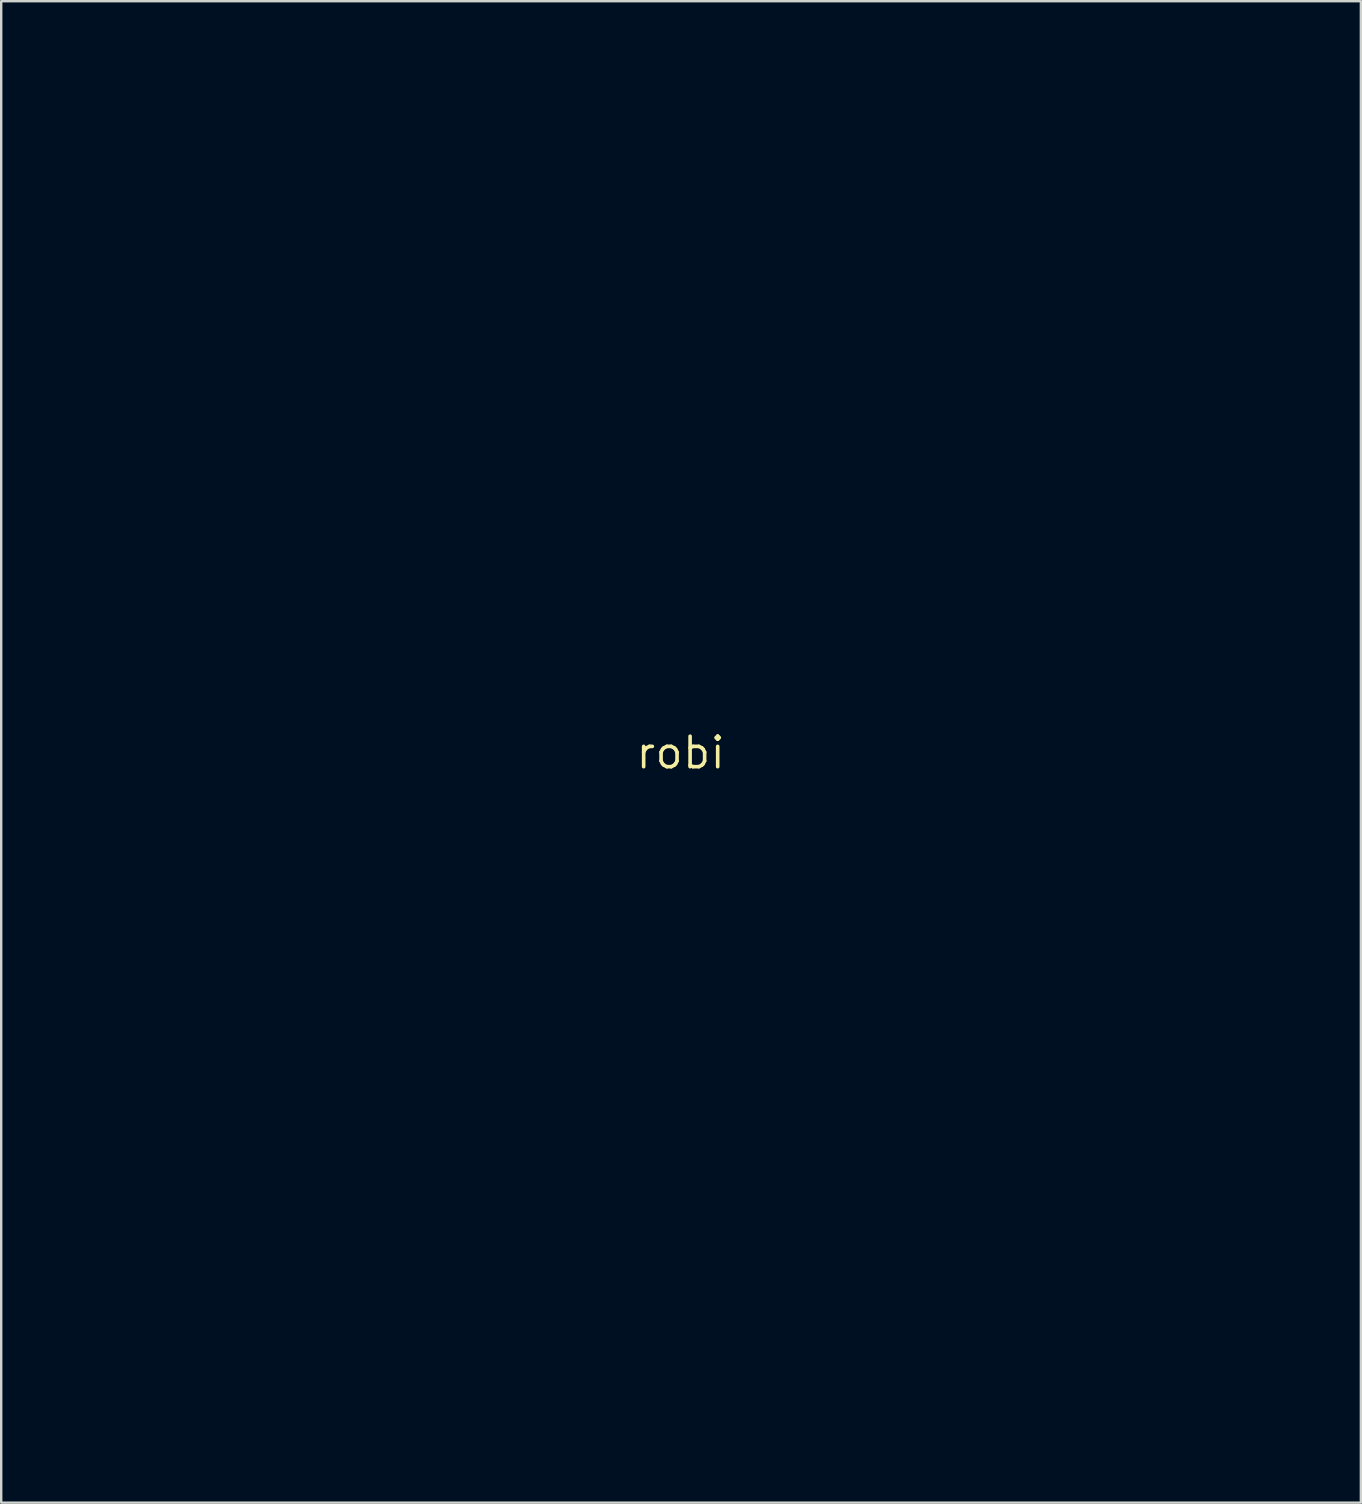
<source format=kicad_pcb>
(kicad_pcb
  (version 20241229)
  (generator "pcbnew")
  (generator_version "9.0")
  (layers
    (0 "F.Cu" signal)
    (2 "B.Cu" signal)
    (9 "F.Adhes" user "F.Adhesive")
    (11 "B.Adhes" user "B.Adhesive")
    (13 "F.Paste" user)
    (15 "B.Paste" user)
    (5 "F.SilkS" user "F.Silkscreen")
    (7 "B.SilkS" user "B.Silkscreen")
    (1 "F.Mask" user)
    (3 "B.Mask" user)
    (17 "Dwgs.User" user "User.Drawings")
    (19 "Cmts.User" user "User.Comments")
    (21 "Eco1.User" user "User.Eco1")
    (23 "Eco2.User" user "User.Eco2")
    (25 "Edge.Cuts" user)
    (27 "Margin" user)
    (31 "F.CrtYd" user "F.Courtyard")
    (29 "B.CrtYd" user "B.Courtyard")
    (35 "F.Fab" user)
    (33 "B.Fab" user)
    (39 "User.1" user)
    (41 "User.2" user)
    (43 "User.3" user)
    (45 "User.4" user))
  (footprint "robi"
    (layer "F.Cu")
    (at 25.308 28.312)
    (property "Reference" "robi" (at 0 0 0) (layer "F.SilkS") (effects (font (size 1.27 1.27) (thickness 0.15))))
    (attr through_hole)
    (fp_poly (pts (xy -3.675 -9.575) (xy -3.667 -9.493) (xy -3.662 -9.41) (xy -3.662 -9.392) (xy -3.656 -9.291) (xy -3.64 -9.16) (xy -3.615 -9.011) (xy -3.584 -8.855) (xy -3.548 -8.703) (xy -3.524 -8.614) (xy -3.396 -8.243) (xy -3.23 -7.89) (xy -3.031 -7.558) (xy -2.8 -7.249) (xy -2.539 -6.965) (xy -2.251 -6.709) (xy -1.938 -6.483) (xy -1.602 -6.289) (xy -1.247 -6.129) (xy -0.874 -6.005) (xy -0.697 -5.961) (xy -0.302 -5.894) (xy 0.092 -5.869) (xy 0.483 -5.886) (xy 0.871 -5.945) (xy 1.252 -6.045) (xy 1.628 -6.188) (xy 1.75 -6.244) (xy 2.1 -6.432) (xy 2.42 -6.649) (xy 2.712 -6.895) (xy 2.979 -7.174) (xy 3.225 -7.488) (xy 3.307 -7.609) (xy 3.465 -7.876) (xy 3.603 -8.169) (xy 3.72 -8.477) (xy 3.812 -8.793) (xy 3.877 -9.107) (xy 3.911 -9.41) (xy 3.916 -9.562) (xy 3.916 -9.673) (xy 5.256 -9.673) (xy 5.243 -9.403) (xy 5.2 -8.948) (xy 5.118 -8.503) (xy 4.997 -8.07) (xy 4.839 -7.652) (xy 4.646 -7.251) (xy 4.42 -6.87) (xy 4.162 -6.509) (xy 3.873 -6.171) (xy 3.556 -5.859) (xy 3.212 -5.574) (xy 2.841 -5.318) (xy 2.447 -5.094) (xy 2.031 -4.904) (xy 1.775 -4.808) (xy 1.453 -4.711) (xy 1.113 -4.63) (xy 0.847 -4.583) (xy 0.757 -4.573) (xy 0.64 -4.563) (xy 0.502 -4.554) (xy 0.353 -4.547) (xy 0.203 -4.541) (xy 0.06 -4.537) (xy -0.067 -4.536) (xy -0.169 -4.538) (xy -0.233 -4.542) (xy -0.287 -4.548) (xy -0.369 -4.558) (xy -0.465 -4.569) (xy -0.508 -4.574) (xy -0.95 -4.645) (xy -1.382 -4.756) (xy -1.802 -4.906) (xy -2.206 -5.091) (xy -2.593 -5.312) (xy -2.96 -5.565) (xy -3.304 -5.85) (xy -3.624 -6.164) (xy -3.917 -6.506) (xy -4.179 -6.874) (xy -4.41 -7.267) (xy -4.477 -7.398) (xy -4.652 -7.791) (xy -4.791 -8.19) (xy -4.896 -8.601) (xy -4.968 -9.031) (xy -5.007 -9.446) (xy -5.022 -9.673) (xy -3.689 -9.673) (xy -3.675 -9.575)) (stroke (width 0.01) (type solid)) (fill yes) (layer "F.Mask"))
    (fp_poly (pts (xy -7.881 -28.305) (xy -7.666 -28.298) (xy -7.47 -28.287) (xy -7.306 -28.271) (xy -7.303 -28.271) (xy -6.757 -28.183) (xy -6.226 -28.055) (xy -5.71 -27.889) (xy -5.212 -27.685) (xy -4.733 -27.443) (xy -4.274 -27.165) (xy -3.836 -26.85) (xy -3.42 -26.5) (xy -3.175 -26.267) (xy -2.811 -25.874) (xy -2.479 -25.454) (xy -2.18 -25.01) (xy -1.915 -24.544) (xy -1.687 -24.061) (xy -1.497 -23.561) (xy -1.345 -23.049) (xy -1.315 -22.923) (xy -1.263 -22.678) (xy -1.219 -22.42) (xy -1.184 -22.16) (xy -1.158 -21.91) (xy -1.145 -21.682) (xy -1.143 -21.575) (xy -1.143 -21.378) (xy -0.841 -21.394) (xy -0.712 -21.399) (xy -0.548 -21.404) (xy -0.36 -21.407) (xy -0.153 -21.409) (xy 0.063 -21.41) (xy 0.281 -21.409) (xy 0.493 -21.408) (xy 0.691 -21.405) (xy 0.867 -21.402) (xy 1.013 -21.397) (xy 1.082 -21.394) (xy 1.371 -21.378) (xy 1.385 -21.584) (xy 1.415 -21.947) (xy 1.456 -22.279) (xy 1.509 -22.593) (xy 1.576 -22.899) (xy 1.59 -22.955) (xy 1.741 -23.47) (xy 1.93 -23.968) (xy 2.157 -24.449) (xy 2.418 -24.91) (xy 2.713 -25.35) (xy 3.041 -25.765) (xy 3.399 -26.156) (xy 3.786 -26.518) (xy 4.2 -26.852) (xy 4.641 -27.153) (xy 5.106 -27.422) (xy 5.234 -27.488) (xy 5.725 -27.712) (xy 6.225 -27.895) (xy 6.736 -28.038) (xy 7.26 -28.142) (xy 7.673 -28.196) (xy 7.839 -28.208) (xy 8.035 -28.216) (xy 8.251 -28.22) (xy 8.474 -28.219) (xy 8.694 -28.214) (xy 8.898 -28.204) (xy 9.077 -28.191) (xy 9.133 -28.184) (xy 9.678 -28.1) (xy 10.207 -27.976) (xy 10.721 -27.813) (xy 11.218 -27.611) (xy 11.697 -27.371) (xy 12.157 -27.094) (xy 12.597 -26.78) (xy 13.015 -26.429) (xy 13.274 -26.184) (xy 13.64 -25.791) (xy 13.97 -25.377) (xy 14.265 -24.945) (xy 14.523 -24.497) (xy 14.745 -24.036) (xy 14.932 -23.562) (xy 15.082 -23.079) (xy 15.197 -22.588) (xy 15.275 -22.091) (xy 15.317 -21.591) (xy 15.324 -21.089) (xy 15.294 -20.589) (xy 15.228 -20.09) (xy 15.127 -19.597) (xy 14.989 -19.111) (xy 14.815 -18.634) (xy 14.606 -18.168) (xy 14.36 -17.715) (xy 14.078 -17.277) (xy 13.76 -16.857) (xy 13.406 -16.456) (xy 13.293 -16.34) (xy 13.1 -16.153) (xy 12.9 -15.972) (xy 12.702 -15.804) (xy 12.516 -15.659) (xy 12.454 -15.613) (xy 12.345 -15.536) (xy 12.634 -15.15) (xy 13.083 -14.518) (xy 13.495 -13.878) (xy 13.87 -13.223) (xy 14.214 -12.547) (xy 14.53 -11.846) (xy 14.653 -11.546) (xy 14.734 -11.336) (xy 14.821 -11.094) (xy 14.91 -10.833) (xy 14.999 -10.563) (xy 15.084 -10.294) (xy 15.16 -10.038) (xy 15.226 -9.805) (xy 15.246 -9.726) (xy 15.361 -9.282) (xy 16.201 -9.276) (xy 16.412 -9.275) (xy 16.585 -9.274) (xy 16.722 -9.274) (xy 16.829 -9.275) (xy 16.908 -9.276) (xy 16.964 -9.279) (xy 17.001 -9.283) (xy 17.022 -9.289) (xy 17.031 -9.296) (xy 17.032 -9.305) (xy 17.031 -9.308) (xy 16.954 -9.643) (xy 16.928 -9.874) (xy 18.256 -9.874) (xy 19.544 -4.699) (xy 19.658 -4.239) (xy 19.77 -3.79) (xy 19.88 -3.352) (xy 19.985 -2.928) (xy 20.087 -2.519) (xy 20.185 -2.128) (xy 20.278 -1.755) (xy 20.367 -1.403) (xy 20.449 -1.074) (xy 20.526 -0.769) (xy 20.596 -0.49) (xy 20.659 -0.24) (xy 20.715 -0.018) (xy 20.763 0.171) (xy 20.803 0.328) (xy 20.834 0.449) (xy 20.856 0.534) (xy 20.868 0.58) (xy 20.87 0.587) (xy 20.953 0.767) (xy 21.069 0.942) (xy 21.213 1.105) (xy 21.376 1.244) (xy 21.439 1.288) (xy 21.631 1.394) (xy 21.828 1.467) (xy 22.034 1.507) (xy 22.254 1.515) (xy 22.494 1.49) (xy 22.758 1.434) (xy 22.775 1.43) (xy 22.991 1.366) (xy 23.173 1.295) (xy 23.329 1.215) (xy 23.465 1.121) (xy 23.478 1.111) (xy 23.627 0.967) (xy 23.76 0.793) (xy 23.869 0.599) (xy 23.948 0.396) (xy 23.973 0.296) (xy 23.981 0.262) (xy 23.988 0.232) (xy 23.994 0.203) (xy 23.999 0.174) (xy 24.003 0.143) (xy 24.005 0.108) (xy 24.005 0.069) (xy 24.002 0.024) (xy 23.997 -0.03) (xy 23.988 -0.093) (xy 23.976 -0.167) (xy 23.96 -0.253) (xy 23.94 -0.354) (xy 23.916 -0.47) (xy 23.887 -0.603) (xy 23.852 -0.755) (xy 23.812 -0.927) (xy 23.766 -1.121) (xy 23.714 -1.338) (xy 23.656 -1.58) (xy 23.59 -1.848) (xy 23.518 -2.144) (xy 23.438 -2.47) (xy 23.349 -2.826) (xy 23.253 -3.215) (xy 23.148 -3.638) (xy 23.034 -4.097) (xy 22.911 -4.592) (xy 22.778 -5.126) (xy 22.693 -5.472) (xy 22.551 -6.04) (xy 22.42 -6.569) (xy 22.298 -7.059) (xy 22.185 -7.512) (xy 22.081 -7.929) (xy 21.985 -8.312) (xy 21.897 -8.662) (xy 21.817 -8.98) (xy 21.745 -9.267) (xy 21.679 -9.525) (xy 21.621 -9.756) (xy 21.568 -9.96) (xy 21.522 -10.139) (xy 21.482 -10.294) (xy 21.447 -10.426) (xy 21.416 -10.538) (xy 21.391 -10.629) (xy 21.37 -10.702) (xy 21.353 -10.758) (xy 21.34 -10.798) (xy 21.329 -10.824) (xy 21.328 -10.827) (xy 21.209 -11.033) (xy 21.064 -11.213) (xy 20.92 -11.343) (xy 20.733 -11.47) (xy 20.542 -11.562) (xy 20.343 -11.62) (xy 20.13 -11.645) (xy 19.9 -11.637) (xy 19.647 -11.598) (xy 19.516 -11.568) (xy 19.329 -11.517) (xy 19.166 -11.462) (xy 19.036 -11.407) (xy 19.035 -11.407) (xy 18.837 -11.285) (xy 18.659 -11.13) (xy 18.508 -10.946) (xy 18.385 -10.737) (xy 18.322 -10.586) (xy 18.294 -10.504) (xy 18.276 -10.435) (xy 18.264 -10.367) (xy 18.259 -10.287) (xy 18.257 -10.182) (xy 18.257 -10.139) (xy 18.256 -9.874) (xy 16.928 -9.874) (xy 16.917 -9.981) (xy 16.919 -10.318) (xy 16.962 -10.65) (xy 17.043 -10.974) (xy 17.163 -11.286) (xy 17.288 -11.527) (xy 17.478 -11.811) (xy 17.699 -12.066) (xy 17.95 -12.292) (xy 18.23 -12.487) (xy 18.469 -12.618) (xy 18.572 -12.667) (xy 18.667 -12.708) (xy 18.764 -12.743) (xy 18.874 -12.778) (xy 19.006 -12.814) (xy 19.138 -12.848) (xy 19.397 -12.909) (xy 19.626 -12.952) (xy 19.832 -12.979) (xy 20.025 -12.99) (xy 20.212 -12.985) (xy 20.402 -12.965) (xy 20.6 -12.931) (xy 20.919 -12.846) (xy 21.223 -12.723) (xy 21.51 -12.565) (xy 21.777 -12.375) (xy 22.019 -12.155) (xy 22.234 -11.909) (xy 22.418 -11.638) (xy 22.568 -11.347) (xy 22.63 -11.194) (xy 22.641 -11.157) (xy 22.661 -11.081) (xy 22.691 -10.968) (xy 22.729 -10.821) (xy 22.776 -10.641) (xy 22.829 -10.431) (xy 22.89 -10.192) (xy 22.957 -9.927) (xy 23.03 -9.638) (xy 23.108 -9.327) (xy 23.191 -8.997) (xy 23.278 -8.648) (xy 23.369 -8.285) (xy 23.464 -7.907) (xy 23.561 -7.519) (xy 23.66 -7.122) (xy 23.76 -6.717) (xy 23.862 -6.308) (xy 23.965 -5.896) (xy 24.067 -5.483) (xy 24.169 -5.072) (xy 24.27 -4.665) (xy 24.37 -4.263) (xy 24.467 -3.87) (xy 24.562 -3.487) (xy 24.653 -3.115) (xy 24.741 -2.758) (xy 24.825 -2.418) (xy 24.904 -2.096) (xy 24.978 -1.795) (xy 25.046 -1.517) (xy 25.107 -1.264) (xy 25.162 -1.039) (xy 25.209 -0.842) (xy 25.249 -0.677) (xy 25.28 -0.545) (xy 25.302 -0.449) (xy 25.315 -0.391) (xy 25.317 -0.378) (xy 25.329 -0.25) (xy 25.334 -0.095) (xy 25.332 0.074) (xy 25.323 0.244) (xy 25.309 0.405) (xy 25.289 0.542) (xy 25.276 0.603) (xy 25.171 0.944) (xy 25.031 1.261) (xy 24.859 1.553) (xy 24.653 1.818) (xy 24.416 2.056) (xy 24.149 2.266) (xy 23.866 2.438) (xy 23.655 2.551) (xy 23.09 5.175) (xy 23.02 5.502) (xy 22.952 5.819) (xy 22.886 6.122) (xy 22.825 6.408) (xy 22.767 6.677) (xy 22.714 6.924) (xy 22.666 7.148) (xy 22.623 7.346) (xy 22.587 7.515) (xy 22.557 7.654) (xy 22.535 7.758) (xy 22.52 7.826) (xy 22.514 7.856) (xy 22.513 7.856) (xy 22.511 7.885) (xy 22.522 7.911) (xy 22.551 7.942) (xy 22.606 7.983) (xy 22.665 8.024) (xy 22.982 8.263) (xy 23.273 8.533) (xy 23.533 8.83) (xy 23.634 8.964) (xy 23.721 9.096) (xy 23.814 9.255) (xy 23.907 9.43) (xy 23.994 9.609) (xy 24.068 9.78) (xy 24.125 9.929) (xy 24.13 9.945) (xy 24.232 10.329) (xy 24.292 10.718) (xy 24.311 11.11) (xy 24.289 11.501) (xy 24.226 11.888) (xy 24.129 12.246) (xy 23.99 12.607) (xy 23.816 12.948) (xy 23.61 13.266) (xy 23.375 13.56) (xy 23.112 13.827) (xy 22.824 14.066) (xy 22.515 14.275) (xy 22.186 14.451) (xy 21.84 14.593) (xy 21.48 14.699) (xy 21.108 14.766) (xy 20.854 14.788) (xy 20.595 14.802) (xy 20.595 13.462) (xy 20.721 13.462) (xy 20.837 13.455) (xy 20.977 13.435) (xy 21.127 13.406) (xy 21.273 13.369) (xy 21.399 13.329) (xy 21.41 13.325) (xy 21.706 13.192) (xy 21.976 13.026) (xy 22.218 12.831) (xy 22.43 12.608) (xy 22.61 12.36) (xy 22.756 12.088) (xy 22.868 11.796) (xy 22.942 11.485) (xy 22.967 11.31) (xy 22.978 11.164) (xy 22.978 11.026) (xy 22.966 10.88) (xy 22.943 10.713) (xy 22.932 10.651) (xy 22.86 10.364) (xy 22.749 10.089) (xy 22.602 9.828) (xy 22.422 9.585) (xy 22.211 9.365) (xy 21.974 9.17) (xy 21.711 9.005) (xy 21.639 8.967) (xy 21.387 8.863) (xy 21.114 8.79) (xy 20.829 8.748) (xy 20.538 8.74) (xy 20.25 8.764) (xy 19.973 8.821) (xy 19.863 8.856) (xy 19.576 8.975) (xy 19.309 9.13) (xy 19.065 9.317) (xy 18.846 9.533) (xy 18.657 9.775) (xy 18.5 10.039) (xy 18.379 10.322) (xy 18.372 10.343) (xy 18.33 10.484) (xy 18.293 10.64) (xy 18.266 10.795) (xy 18.249 10.935) (xy 18.246 11.012) (xy 18.246 11.113) (xy 16.912 11.113) (xy 16.912 10.98) (xy 16.925 10.741) (xy 16.961 10.481) (xy 17.02 10.21) (xy 17.098 9.939) (xy 17.102 9.925) (xy 17.243 9.565) (xy 17.419 9.227) (xy 17.626 8.912) (xy 17.863 8.621) (xy 18.127 8.357) (xy 18.415 8.122) (xy 18.725 7.917) (xy 19.053 7.743) (xy 19.398 7.603) (xy 19.757 7.498) (xy 20.127 7.431) (xy 20.505 7.402) (xy 20.87 7.412) (xy 20.976 7.42) (xy 21.071 7.428) (xy 21.144 7.433) (xy 21.185 7.437) (xy 21.186 7.437) (xy 21.194 7.437) (xy 21.202 7.434) (xy 21.209 7.427) (xy 21.218 7.412) (xy 21.228 7.388) (xy 21.24 7.352) (xy 21.254 7.303) (xy 21.271 7.237) (xy 21.292 7.152) (xy 21.317 7.046) (xy 21.346 6.917) (xy 21.38 6.763) (xy 21.42 6.581) (xy 21.466 6.369) (xy 21.519 6.124) (xy 21.58 5.845) (xy 21.648 5.529) (xy 21.719 5.196) (xy 21.784 4.894) (xy 21.847 4.604) (xy 21.907 4.327) (xy 21.963 4.066) (xy 22.015 3.825) (xy 22.062 3.606) (xy 22.104 3.412) (xy 22.14 3.245) (xy 22.169 3.109) (xy 22.192 3.006) (xy 22.207 2.938) (xy 22.213 2.909) (xy 22.213 2.908) (xy 22.216 2.888) (xy 22.207 2.875) (xy 22.179 2.865) (xy 22.126 2.858) (xy 22.039 2.852) (xy 22.008 2.85) (xy 21.68 2.808) (xy 21.362 2.727) (xy 21.059 2.609) (xy 20.772 2.456) (xy 20.506 2.271) (xy 20.262 2.056) (xy 20.045 1.814) (xy 19.857 1.546) (xy 19.702 1.256) (xy 19.611 1.033) (xy 19.598 0.99) (xy 19.575 0.908) (xy 19.544 0.792) (xy 19.505 0.643) (xy 19.459 0.466) (xy 19.407 0.263) (xy 19.35 0.038) (xy 19.288 -0.207) (xy 19.222 -0.469) (xy 19.153 -0.744) (xy 19.082 -1.03) (xy 19.05 -1.157) (xy 18.547 -3.186) (xy 15.547 -3.196) (xy 15.466 -2.725) (xy 15.334 -1.987) (xy 15.193 -1.249) (xy 15.044 -0.517) (xy 14.887 0.208) (xy 14.725 0.92) (xy 14.556 1.618) (xy 14.384 2.296) (xy 14.207 2.953) (xy 14.028 3.584) (xy 13.847 4.186) (xy 13.665 4.755) (xy 13.482 5.289) (xy 13.33 5.704) (xy 13.135 6.203) (xy 12.941 6.661) (xy 12.747 7.082) (xy 12.551 7.467) (xy 12.353 7.819) (xy 12.151 8.14) (xy 11.943 8.433) (xy 11.729 8.7) (xy 11.698 8.736) (xy 11.546 8.911) (xy 10.239 8.911) (xy 8.932 8.911) (xy 8.932 11.409) (xy 12.379 11.409) (xy 12.412 11.509) (xy 12.421 11.538) (xy 12.442 11.606) (xy 12.474 11.711) (xy 12.516 11.851) (xy 12.569 12.024) (xy 12.632 12.229) (xy 12.704 12.464) (xy 12.784 12.727) (xy 12.873 13.016) (xy 12.968 13.33) (xy 13.071 13.667) (xy 13.18 14.024) (xy 13.295 14.401) (xy 13.416 14.795) (xy 13.541 15.205) (xy 13.67 15.629) (xy 13.803 16.066) (xy 13.94 16.512) (xy 13.971 16.616) (xy 15.498 21.621) (xy 15.66 21.798) (xy 16.058 22.257) (xy 16.415 22.722) (xy 16.732 23.196) (xy 17.012 23.68) (xy 17.254 24.179) (xy 17.461 24.693) (xy 17.634 25.225) (xy 17.702 25.474) (xy 17.77 25.755) (xy 17.826 26.025) (xy 17.871 26.29) (xy 17.906 26.561) (xy 17.932 26.846) (xy 17.951 27.153) (xy 17.962 27.492) (xy 17.964 27.585) (xy 17.977 28.236) (xy 1.243 28.236) (xy 1.255 27.575) (xy 1.261 27.311) (xy 1.27 27.08) (xy 1.28 26.903) (xy 2.619 26.903) (xy 16.6 26.903) (xy 16.585 26.76) (xy 16.57 26.646) (xy 16.548 26.503) (xy 16.519 26.342) (xy 16.487 26.176) (xy 16.454 26.016) (xy 16.422 25.874) (xy 16.412 25.834) (xy 16.261 25.321) (xy 16.072 24.825) (xy 15.847 24.347) (xy 15.588 23.891) (xy 15.297 23.456) (xy 14.975 23.044) (xy 14.624 22.658) (xy 14.246 22.299) (xy 13.842 21.968) (xy 13.415 21.668) (xy 12.966 21.399) (xy 12.497 21.164) (xy 12.009 20.964) (xy 11.504 20.8) (xy 10.985 20.675) (xy 10.858 20.651) (xy 10.633 20.612) (xy 10.425 20.584) (xy 10.222 20.564) (xy 10.012 20.551) (xy 9.781 20.545) (xy 9.61 20.544) (xy 9.453 20.546) (xy 9.294 20.549) (xy 9.142 20.555) (xy 9.009 20.562) (xy 8.905 20.57) (xy 8.89 20.571) (xy 8.341 20.654) (xy 7.807 20.775) (xy 7.288 20.936) (xy 6.785 21.134) (xy 6.301 21.37) (xy 5.837 21.643) (xy 5.394 21.951) (xy 4.973 22.294) (xy 4.577 22.672) (xy 4.267 23.01) (xy 3.937 23.427) (xy 3.639 23.871) (xy 3.374 24.338) (xy 3.145 24.826) (xy 2.952 25.333) (xy 2.796 25.856) (xy 2.786 25.897) (xy 2.751 26.047) (xy 2.716 26.217) (xy 2.684 26.392) (xy 2.657 26.559) (xy 2.638 26.705) (xy 2.632 26.759) (xy 2.619 26.903) (xy 1.28 26.903) (xy 1.281 26.874) (xy 1.297 26.684) (xy 1.318 26.501) (xy 1.344 26.316) (xy 1.377 26.121) (xy 1.388 26.056) (xy 1.516 25.478) (xy 1.682 24.912) (xy 1.888 24.362) (xy 2.133 23.829) (xy 2.415 23.313) (xy 2.734 22.816) (xy 3.088 22.341) (xy 3.479 21.888) (xy 3.5 21.865) (xy 3.726 21.622) (xy 3.715 20.765) (xy 3.713 20.649) (xy 3.711 20.493) (xy 3.709 20.301) (xy 3.707 20.076) (xy 3.704 19.819) (xy 3.702 19.535) (xy 3.699 19.226) (xy 3.696 18.895) (xy 3.692 18.544) (xy 3.689 18.177) (xy 3.686 17.797) (xy 3.682 17.406) (xy 3.679 17.007) (xy 3.675 16.603) (xy 3.672 16.256) (xy 3.669 15.856) (xy 3.666 15.46) (xy 3.662 15.073) (xy 3.659 14.696) (xy 3.656 14.333) (xy 3.652 13.985) (xy 3.649 13.655) (xy 3.646 13.347) (xy 3.644 13.063) (xy 3.641 12.805) (xy 3.64 12.742) (xy 4.953 12.742) (xy 4.964 13.192) (xy 4.965 13.268) (xy 4.968 13.384) (xy 4.97 13.536) (xy 4.973 13.721) (xy 4.976 13.938) (xy 4.979 14.181) (xy 4.982 14.449) (xy 4.986 14.739) (xy 4.989 15.048) (xy 4.993 15.373) (xy 4.997 15.71) (xy 5.001 16.058) (xy 5.005 16.412) (xy 5.006 16.542) (xy 5.01 16.9) (xy 5.014 17.254) (xy 5.018 17.6) (xy 5.022 17.936) (xy 5.026 18.258) (xy 5.03 18.563) (xy 5.033 18.848) (xy 5.037 19.111) (xy 5.04 19.347) (xy 5.043 19.554) (xy 5.046 19.73) (xy 5.048 19.87) (xy 5.05 19.971) (xy 5.05 19.994) (xy 5.063 20.547) (xy 5.342 20.38) (xy 5.466 20.308) (xy 5.613 20.227) (xy 5.765 20.145) (xy 5.907 20.073) (xy 5.937 20.057) (xy 6.45 19.826) (xy 6.969 19.632) (xy 7.501 19.474) (xy 8.049 19.35) (xy 8.62 19.26) (xy 8.71 19.249) (xy 8.858 19.235) (xy 9.039 19.224) (xy 9.242 19.217) (xy 9.458 19.212) (xy 9.678 19.21) (xy 9.892 19.212) (xy 10.092 19.217) (xy 10.267 19.226) (xy 10.393 19.237) (xy 10.977 19.318) (xy 11.55 19.438) (xy 12.11 19.594) (xy 12.653 19.785) (xy 13.174 20.011) (xy 13.555 20.205) (xy 13.655 20.259) (xy 13.741 20.304) (xy 13.806 20.338) (xy 13.845 20.356) (xy 13.853 20.358) (xy 13.847 20.338) (xy 13.829 20.28) (xy 13.799 20.187) (xy 13.758 20.063) (xy 13.707 19.909) (xy 13.647 19.729) (xy 13.579 19.525) (xy 13.503 19.3) (xy 13.422 19.056) (xy 13.335 18.797) (xy 13.243 18.525) (xy 13.195 18.383) (xy 13.083 18.05) (xy 12.961 17.687) (xy 12.832 17.304) (xy 12.698 16.907) (xy 12.563 16.504) (xy 12.427 16.102) (xy 12.295 15.708) (xy 12.168 15.331) (xy 12.049 14.976) (xy 11.94 14.653) (xy 11.915 14.579) (xy 11.298 12.742) (xy 4.953 12.742) (xy 3.64 12.742) (xy 3.639 12.576) (xy 3.636 12.379) (xy 3.634 12.217) (xy 3.633 12.091) (xy 3.632 12.007) (xy 3.621 11.409) (xy 7.599 11.409) (xy 7.599 8.911) (xy -7.535 8.911) (xy -7.535 11.43) (xy -3.577 11.43) (xy -3.576 11.478) (xy -3.576 11.503) (xy -3.575 11.569) (xy -3.574 11.673) (xy -3.573 11.814) (xy -3.571 11.99) (xy -3.569 12.199) (xy -3.567 12.439) (xy -3.564 12.709) (xy -3.561 13.006) (xy -3.558 13.328) (xy -3.555 13.675) (xy -3.551 14.043) (xy -3.547 14.432) (xy -3.543 14.838) (xy -3.539 15.261) (xy -3.535 15.698) (xy -3.531 16.148) (xy -3.527 16.578) (xy -3.479 21.63) (xy -3.311 21.812) (xy -2.969 22.202) (xy -2.663 22.589) (xy -2.388 22.98) (xy -2.139 23.382) (xy -1.91 23.804) (xy -1.891 23.841) (xy -1.652 24.36) (xy -1.449 24.893) (xy -1.285 25.434) (xy -1.16 25.978) (xy -1.144 26.065) (xy -1.115 26.232) (xy -1.091 26.381) (xy -1.072 26.518) (xy -1.057 26.653) (xy -1.045 26.792) (xy -1.037 26.944) (xy -1.03 27.116) (xy -1.026 27.315) (xy -1.022 27.511) (xy -1.011 28.236) (xy -17.721 28.236) (xy -17.71 27.522) (xy -17.706 27.298) (xy -17.702 27.111) (xy -17.696 26.952) (xy -17.693 26.903) (xy -16.359 26.903) (xy -2.37 26.903) (xy -2.383 26.813) (xy -2.447 26.407) (xy -2.521 26.034) (xy -2.606 25.687) (xy -2.705 25.357) (xy -2.821 25.037) (xy -2.954 24.719) (xy -2.975 24.674) (xy -3.177 24.263) (xy -3.396 23.879) (xy -3.638 23.517) (xy -3.909 23.168) (xy -4.212 22.824) (xy -4.413 22.616) (xy -4.617 22.418) (xy -4.805 22.245) (xy -4.987 22.09) (xy -5.174 21.945) (xy -5.374 21.801) (xy -5.511 21.709) (xy -5.969 21.43) (xy -6.445 21.189) (xy -6.937 20.985) (xy -7.442 20.82) (xy -7.957 20.694) (xy -8.48 20.608) (xy -9.009 20.561) (xy -9.541 20.554) (xy -10.075 20.587) (xy -10.607 20.662) (xy -11.041 20.754) (xy -11.558 20.903) (xy -12.058 21.089) (xy -12.539 21.311) (xy -12.999 21.568) (xy -13.438 21.858) (xy -13.853 22.179) (xy -14.243 22.529) (xy -14.605 22.908) (xy -14.94 23.312) (xy -15.243 23.742) (xy -15.515 24.194) (xy -15.754 24.668) (xy -15.957 25.162) (xy -16.123 25.673) (xy -16.179 25.881) (xy -16.22 26.063) (xy -16.262 26.273) (xy -16.302 26.499) (xy -16.336 26.727) (xy -16.35 26.834) (xy -16.359 26.903) (xy -17.693 26.903) (xy -17.688 26.816) (xy -17.679 26.696) (xy -17.668 26.585) (xy -17.656 26.49) (xy -17.563 25.938) (xy -17.441 25.41) (xy -17.287 24.901) (xy -17.099 24.404) (xy -16.875 23.91) (xy -16.848 23.855) (xy -16.624 23.436) (xy -16.382 23.037) (xy -16.117 22.652) (xy -15.822 22.272) (xy -15.493 21.891) (xy -15.422 21.813) (xy -15.255 21.631) (xy -14.893 20.368) (xy -13.611 20.368) (xy -13.594 20.367) (xy -13.551 20.348) (xy -13.499 20.319) (xy -13.39 20.258) (xy -13.252 20.186) (xy -13.096 20.107) (xy -12.934 20.028) (xy -12.774 19.952) (xy -12.629 19.887) (xy -12.555 19.855) (xy -12.086 19.676) (xy -11.591 19.523) (xy -11.078 19.397) (xy -10.555 19.301) (xy -10.234 19.257) (xy -10.108 19.246) (xy -9.948 19.238) (xy -9.763 19.232) (xy -9.559 19.23) (xy -9.346 19.229) (xy -9.132 19.232) (xy -8.924 19.237) (xy -8.732 19.244) (xy -8.562 19.254) (xy -8.424 19.266) (xy -8.403 19.268) (xy -7.838 19.357) (xy -7.278 19.484) (xy -6.729 19.647) (xy -6.195 19.844) (xy -5.681 20.075) (xy -5.19 20.338) (xy -4.964 20.475) (xy -4.896 20.518) (xy -4.844 20.549) (xy -4.816 20.565) (xy -4.814 20.566) (xy -4.814 20.545) (xy -4.815 20.484) (xy -4.816 20.384) (xy -4.817 20.249) (xy -4.819 20.08) (xy -4.822 19.879) (xy -4.824 19.649) (xy -4.828 19.391) (xy -4.831 19.107) (xy -4.835 18.801) (xy -4.839 18.474) (xy -4.843 18.127) (xy -4.848 17.764) (xy -4.853 17.386) (xy -4.858 16.995) (xy -4.86 16.796) (xy -4.865 16.398) (xy -4.87 16.01) (xy -4.875 15.634) (xy -4.879 15.273) (xy -4.884 14.929) (xy -4.888 14.604) (xy -4.892 14.3) (xy -4.895 14.02) (xy -4.898 13.766) (xy -4.901 13.54) (xy -4.904 13.344) (xy -4.906 13.18) (xy -4.907 13.051) (xy -4.909 12.959) (xy -4.909 12.906) (xy -4.909 12.896) (xy -4.911 12.764) (xy -8.08 12.764) (xy -11.25 12.764) (xy -12.431 16.558) (xy -12.552 16.946) (xy -12.669 17.324) (xy -12.783 17.689) (xy -12.891 18.04) (xy -12.995 18.373) (xy -13.093 18.688) (xy -13.184 18.982) (xy -13.268 19.253) (xy -13.344 19.5) (xy -13.412 19.72) (xy -13.471 19.911) (xy -13.521 20.072) (xy -13.56 20.2) (xy -13.589 20.293) (xy -13.606 20.35) (xy -13.611 20.368) (xy -14.893 20.368) (xy -13.801 16.554) (xy -13.671 16.102) (xy -13.545 15.66) (xy -13.422 15.231) (xy -13.303 14.816) (xy -13.188 14.416) (xy -13.078 14.034) (xy -12.974 13.671) (xy -12.876 13.329) (xy -12.785 13.01) (xy -12.7 12.715) (xy -12.623 12.447) (xy -12.554 12.206) (xy -12.493 11.995) (xy -12.441 11.815) (xy -12.399 11.669) (xy -12.367 11.558) (xy -12.345 11.483) (xy -12.334 11.446) (xy -12.333 11.443) (xy -12.328 11.437) (xy -12.315 11.431) (xy -12.293 11.427) (xy -12.258 11.423) (xy -12.207 11.419) (xy -12.138 11.417) (xy -12.049 11.414) (xy -11.936 11.413) (xy -11.797 11.411) (xy -11.629 11.41) (xy -11.43 11.41) (xy -11.196 11.409) (xy -10.926 11.409) (xy -10.616 11.409) (xy -8.89 11.409) (xy -8.89 8.911) (xy -11.491 8.911) (xy -11.635 8.747) (xy -11.843 8.496) (xy -12.041 8.224) (xy -12.232 7.927) (xy -12.418 7.601) (xy -12.6 7.245) (xy -12.781 6.853) (xy -12.963 6.423) (xy -12.997 6.339) (xy -13.182 5.854) (xy -13.366 5.328) (xy -13.55 4.762) (xy -13.731 4.159) (xy -13.91 3.519) (xy -14.087 2.844) (xy -14.261 2.136) (xy -14.432 1.396) (xy -14.599 0.626) (xy -14.762 -0.174) (xy -14.921 -1) (xy -15.076 -1.853) (xy -15.218 -2.688) (xy -15.239 -2.816) (xy -15.259 -2.933) (xy -15.276 -3.031) (xy -15.288 -3.102) (xy -15.295 -3.138) (xy -15.307 -3.196) (xy -16.911 -3.196) (xy -18.516 -3.196) (xy -19.008 -1.212) (xy -19.079 -0.926) (xy -19.148 -0.649) (xy -19.214 -0.383) (xy -19.277 -0.133) (xy -19.335 0.098) (xy -19.388 0.309) (xy -19.435 0.494) (xy -19.476 0.653) (xy -19.509 0.78) (xy -19.533 0.873) (xy -19.549 0.93) (xy -19.552 0.939) (xy -19.67 1.248) (xy -19.823 1.536) (xy -20.01 1.803) (xy -20.225 2.045) (xy -20.467 2.26) (xy -20.733 2.446) (xy -21.018 2.601) (xy -21.321 2.721) (xy -21.637 2.804) (xy -21.965 2.849) (xy -21.976 2.85) (xy -22.064 2.858) (xy -22.133 2.868) (xy -22.175 2.878) (xy -22.183 2.885) (xy -22.178 2.908) (xy -22.166 2.969) (xy -22.146 3.065) (xy -22.119 3.193) (xy -22.086 3.349) (xy -22.047 3.53) (xy -22.004 3.732) (xy -21.956 3.954) (xy -21.906 4.191) (xy -21.852 4.44) (xy -21.797 4.697) (xy -21.74 4.961) (xy -21.683 5.227) (xy -21.626 5.492) (xy -21.57 5.753) (xy -21.515 6.007) (xy -21.462 6.251) (xy -21.413 6.481) (xy -21.366 6.694) (xy -21.325 6.887) (xy -21.288 7.056) (xy -21.256 7.199) (xy -21.232 7.312) (xy -21.214 7.393) (xy -21.204 7.436) (xy -21.202 7.444) (xy -21.179 7.444) (xy -21.128 7.439) (xy -21.07 7.431) (xy -20.735 7.399) (xy -20.386 7.401) (xy -20.03 7.438) (xy -19.678 7.507) (xy -19.428 7.578) (xy -19.28 7.632) (xy -19.111 7.706) (xy -18.931 7.792) (xy -18.752 7.886) (xy -18.587 7.982) (xy -18.447 8.072) (xy -18.436 8.08) (xy -18.308 8.179) (xy -18.165 8.303) (xy -18.015 8.445) (xy -17.868 8.594) (xy -17.733 8.743) (xy -17.618 8.881) (xy -17.564 8.954) (xy -17.368 9.263) (xy -17.203 9.593) (xy -17.07 9.938) (xy -16.972 10.291) (xy -16.911 10.643) (xy -16.895 10.833) (xy -16.889 10.961) (xy -16.89 11.049) (xy -16.896 11.096) (xy -16.902 11.105) (xy -16.927 11.107) (xy -16.99 11.108) (xy -17.085 11.109) (xy -17.205 11.109) (xy -17.347 11.109) (xy -17.504 11.108) (xy -17.569 11.108) (xy -18.214 11.102) (xy -18.228 10.911) (xy -18.27 10.609) (xy -18.351 10.318) (xy -18.468 10.042) (xy -18.619 9.784) (xy -18.801 9.546) (xy -19.012 9.333) (xy -19.248 9.147) (xy -19.508 8.992) (xy -19.788 8.87) (xy -19.989 8.807) (xy -20.29 8.75) (xy -20.591 8.732) (xy -20.889 8.754) (xy -21.18 8.812) (xy -21.461 8.905) (xy -21.727 9.032) (xy -21.977 9.19) (xy -22.205 9.379) (xy -22.409 9.595) (xy -22.586 9.838) (xy -22.731 10.106) (xy -22.776 10.211) (xy -22.829 10.349) (xy -22.869 10.468) (xy -22.897 10.579) (xy -22.915 10.693) (xy -22.926 10.82) (xy -22.931 10.971) (xy -22.932 11.091) (xy -22.931 11.234) (xy -22.929 11.344) (xy -22.925 11.43) (xy -22.918 11.502) (xy -22.906 11.569) (xy -22.889 11.641) (xy -22.875 11.694) (xy -22.775 11.984) (xy -22.638 12.26) (xy -22.467 12.517) (xy -22.266 12.751) (xy -22.038 12.958) (xy -21.788 13.133) (xy -21.643 13.213) (xy -21.479 13.286) (xy -21.295 13.35) (xy -21.104 13.403) (xy -20.918 13.44) (xy -20.75 13.46) (xy -20.688 13.462) (xy -20.574 13.462) (xy -20.574 14.796) (xy -20.725 14.796) (xy -20.813 14.792) (xy -20.925 14.783) (xy -21.043 14.77) (xy -21.1 14.762) (xy -21.487 14.685) (xy -21.858 14.57) (xy -22.212 14.419) (xy -22.546 14.233) (xy -22.857 14.016) (xy -23.145 13.768) (xy -23.405 13.493) (xy -23.636 13.19) (xy -23.835 12.864) (xy -24 12.515) (xy -24.088 12.279) (xy -24.144 12.105) (xy -24.187 11.952) (xy -24.219 11.812) (xy -24.242 11.672) (xy -24.256 11.524) (xy -24.264 11.356) (xy -24.267 11.159) (xy -24.267 11.113) (xy -24.265 10.89) (xy -24.257 10.7) (xy -24.241 10.532) (xy -24.217 10.375) (xy -24.182 10.219) (xy -24.135 10.054) (xy -24.095 9.929) (xy -23.968 9.605) (xy -23.808 9.29) (xy -23.617 8.989) (xy -23.401 8.706) (xy -23.164 8.448) (xy -22.909 8.22) (xy -22.642 8.028) (xy -22.623 8.015) (xy -22.556 7.971) (xy -22.506 7.933) (xy -22.481 7.907) (xy -22.48 7.904) (xy -22.484 7.881) (xy -22.497 7.82) (xy -22.517 7.724) (xy -22.544 7.595) (xy -22.577 7.437) (xy -22.616 7.253) (xy -22.661 7.045) (xy -22.709 6.817) (xy -22.762 6.571) (xy -22.817 6.311) (xy -22.875 6.039) (xy -22.935 5.759) (xy -22.997 5.473) (xy -23.058 5.185) (xy -23.12 4.897) (xy -23.181 4.613) (xy -23.241 4.335) (xy -23.299 4.066) (xy -23.354 3.81) (xy -23.406 3.569) (xy -23.454 3.346) (xy -23.498 3.144) (xy -23.536 2.967) (xy -23.569 2.817) (xy -23.595 2.697) (xy -23.614 2.611) (xy -23.625 2.56) (xy -23.629 2.548) (xy -23.648 2.537) (xy -23.696 2.512) (xy -23.764 2.476) (xy -23.793 2.461) (xy -24.091 2.284) (xy -24.361 2.076) (xy -24.601 1.839) (xy -24.81 1.576) (xy -24.986 1.287) (xy -25.128 0.975) (xy -25.234 0.642) (xy -25.266 0.508) (xy -25.283 0.396) (xy -25.295 0.255) (xy -25.302 0.097) (xy -25.302 0.05) (xy -23.977 0.05) (xy -23.959 0.215) (xy -23.924 0.38) (xy -23.886 0.5) (xy -23.796 0.69) (xy -23.673 0.871) (xy -23.525 1.036) (xy -23.361 1.175) (xy -23.193 1.278) (xy -23.116 1.31) (xy -23.009 1.348) (xy -22.882 1.389) (xy -22.746 1.429) (xy -22.612 1.465) (xy -22.492 1.494) (xy -22.416 1.509) (xy -22.322 1.518) (xy -22.203 1.52) (xy -22.075 1.516) (xy -21.956 1.505) (xy -21.878 1.492) (xy -21.79 1.468) (xy -21.684 1.431) (xy -21.579 1.387) (xy -21.55 1.374) (xy -21.456 1.325) (xy -21.376 1.273) (xy -21.298 1.21) (xy -21.208 1.126) (xy -21.185 1.103) (xy -21.055 0.961) (xy -20.956 0.821) (xy -20.877 0.67) (xy -20.835 0.562) (xy -20.827 0.534) (xy -20.81 0.467) (xy -20.783 0.362) (xy -20.747 0.221) (xy -20.703 0.047) (xy -20.651 -0.16) (xy -20.591 -0.397) (xy -20.525 -0.663) (xy -20.451 -0.956) (xy -20.372 -1.275) (xy -20.287 -1.616) (xy -20.196 -1.979) (xy -20.1 -2.362) (xy -20.001 -2.764) (xy -19.897 -3.181) (xy -19.789 -3.613) (xy -19.679 -4.058) (xy -19.565 -4.514) (xy -19.558 -4.546) (xy -18.181 -4.546) (xy -18.161 -4.543) (xy -18.102 -4.54) (xy -18.007 -4.538) (xy -17.881 -4.536) (xy -17.727 -4.534) (xy -17.547 -4.532) (xy -17.347 -4.531) (xy -17.13 -4.53) (xy -16.898 -4.53) (xy -16.825 -4.53) (xy -15.467 -4.53) (xy -15.481 -4.651) (xy -15.49 -4.759) (xy -15.499 -4.901) (xy -15.508 -5.067) (xy -15.515 -5.248) (xy -15.521 -5.435) (xy -15.526 -5.62) (xy -15.528 -5.792) (xy -15.529 -5.945) (xy -15.527 -6.067) (xy -15.526 -6.085) (xy -15.525 -6.113) (xy -14.189 -6.113) (xy -14.189 -5.324) (xy -14.183 -5.144) (xy -14.144 -4.403) (xy -14.088 -3.644) (xy -14.013 -2.873) (xy -13.922 -2.093) (xy -13.814 -1.311) (xy -13.692 -0.531) (xy -13.555 0.242) (xy -13.405 1.002) (xy -13.242 1.744) (xy -13.068 2.464) (xy -12.883 3.155) (xy -12.688 3.814) (xy -12.553 4.233) (xy -12.355 4.799) (xy -12.152 5.323) (xy -11.944 5.807) (xy -11.73 6.252) (xy -11.51 6.659) (xy -11.283 7.029) (xy -11.067 7.339) (xy -10.89 7.578) (xy 0.021 7.577) (xy 10.933 7.577) (xy 11.032 7.452) (xy 11.257 7.148) (xy 11.48 6.803) (xy 11.699 6.419) (xy 11.915 5.998) (xy 12.126 5.541) (xy 12.333 5.05) (xy 12.534 4.526) (xy 12.729 3.972) (xy 12.918 3.389) (xy 13.1 2.779) (xy 13.274 2.143) (xy 13.439 1.483) (xy 13.596 0.801) (xy 13.744 0.098) (xy 13.882 -0.624) (xy 13.978 -1.175) (xy 14.093 -1.896) (xy 14.19 -2.582) (xy 14.27 -3.236) (xy 14.333 -3.86) (xy 14.379 -4.458) (xy 14.409 -5.033) (xy 14.422 -5.588) (xy 14.423 -5.779) (xy 14.412 -6.389) (xy 14.379 -6.974) (xy 14.322 -7.542) (xy 14.265 -7.938) (xy 15.599 -7.938) (xy 15.609 -7.89) (xy 15.626 -7.794) (xy 15.645 -7.661) (xy 15.663 -7.5) (xy 15.682 -7.316) (xy 15.7 -7.115) (xy 15.717 -6.904) (xy 15.732 -6.69) (xy 15.745 -6.479) (xy 15.755 -6.278) (xy 15.762 -6.092) (xy 15.762 -6.075) (xy 15.764 -5.93) (xy 15.765 -5.766) (xy 15.763 -5.591) (xy 15.759 -5.411) (xy 15.755 -5.232) (xy 15.748 -5.061) (xy 15.741 -4.905) (xy 15.733 -4.77) (xy 15.724 -4.664) (xy 15.715 -4.593) (xy 15.714 -4.588) (xy 15.702 -4.53) (xy 16.953 -4.53) (xy 17.179 -4.53) (xy 17.391 -4.531) (xy 17.587 -4.532) (xy 17.762 -4.533) (xy 17.914 -4.535) (xy 18.037 -4.538) (xy 18.129 -4.54) (xy 18.186 -4.543) (xy 18.204 -4.546) (xy 18.199 -4.568) (xy 18.184 -4.629) (xy 18.161 -4.724) (xy 18.13 -4.851) (xy 18.092 -5.008) (xy 18.047 -5.189) (xy 17.997 -5.394) (xy 17.942 -5.618) (xy 17.882 -5.859) (xy 17.819 -6.113) (xy 17.786 -6.249) (xy 17.367 -7.938) (xy 15.599 -7.938) (xy 14.265 -7.938) (xy 14.241 -8.105) (xy 14.134 -8.671) (xy 14.096 -8.846) (xy 13.91 -9.592) (xy 13.687 -10.32) (xy 13.426 -11.031) (xy 13.127 -11.727) (xy 12.789 -12.408) (xy 12.411 -13.076) (xy 11.994 -13.733) (xy 11.537 -14.378) (xy 11.215 -14.795) (xy 11.16 -14.865) (xy 10.999 -14.798) (xy 10.509 -14.615) (xy 10.013 -14.473) (xy 9.508 -14.37) (xy 8.99 -14.306) (xy 8.456 -14.28) (xy 8.361 -14.279) (xy 8.11 -14.281) (xy 7.889 -14.288) (xy 7.686 -14.302) (xy 7.49 -14.323) (xy 7.289 -14.351) (xy 7.101 -14.384) (xy 6.575 -14.501) (xy 6.065 -14.656) (xy 5.573 -14.849) (xy 5.099 -15.076) (xy 4.647 -15.337) (xy 4.217 -15.631) (xy 3.81 -15.954) (xy 3.43 -16.307) (xy 3.076 -16.688) (xy 2.751 -17.094) (xy 2.456 -17.525) (xy 2.193 -17.979) (xy 1.964 -18.455) (xy 1.769 -18.95) (xy 1.611 -19.464) (xy 1.535 -19.777) (xy 1.515 -19.869) (xy 1.497 -19.945) (xy 1.484 -19.996) (xy 1.478 -20.013) (xy 1.452 -20.019) (xy 1.389 -20.027) (xy 1.295 -20.036) (xy 1.177 -20.044) (xy 1.038 -20.053) (xy 0.887 -20.061) (xy 0.727 -20.068) (xy 0.566 -20.075) (xy 0.432 -20.079) (xy 0.183 -20.082) (xy -0.091 -20.08) (xy -0.376 -20.074) (xy -0.658 -20.062) (xy -0.922 -20.047) (xy -1.125 -20.031) (xy -1.266 -20.018) (xy -1.292 -19.878) (xy -1.32 -19.749) (xy -1.36 -19.591) (xy -1.41 -19.415) (xy -1.467 -19.23) (xy -1.527 -19.049) (xy -1.587 -18.88) (xy -1.62 -18.793) (xy -1.838 -18.298) (xy -2.09 -17.825) (xy -2.377 -17.375) (xy -2.695 -16.95) (xy -3.043 -16.551) (xy -3.419 -16.181) (xy -3.822 -15.84) (xy -4.25 -15.53) (xy -4.701 -15.253) (xy -5.173 -15.011) (xy -5.665 -14.804) (xy -6.175 -14.635) (xy -6.208 -14.626) (xy -6.724 -14.501) (xy -7.251 -14.416) (xy -7.785 -14.371) (xy -8.321 -14.367) (xy -8.856 -14.403) (xy -9.386 -14.479) (xy -9.45 -14.491) (xy -9.681 -14.542) (xy -9.932 -14.607) (xy -10.187 -14.681) (xy -10.43 -14.759) (xy -10.615 -14.827) (xy -10.869 -14.925) (xy -10.928 -14.855) (xy -11.06 -14.693) (xy -11.207 -14.504) (xy -11.364 -14.295) (xy -11.522 -14.077) (xy -11.677 -13.856) (xy -11.822 -13.643) (xy -11.947 -13.451) (xy -12.352 -12.773) (xy -12.718 -12.082) (xy -13.043 -11.376) (xy -13.329 -10.657) (xy -13.574 -9.926) (xy -13.779 -9.184) (xy -13.943 -8.431) (xy -14.066 -7.667) (xy -14.148 -6.894) (xy -14.189 -6.113) (xy -15.525 -6.113) (xy -15.515 -6.317) (xy -15.501 -6.562) (xy -15.483 -6.813) (xy -15.463 -7.06) (xy -15.441 -7.297) (xy -15.419 -7.515) (xy -15.396 -7.706) (xy -15.374 -7.858) (xy -15.362 -7.938) (xy -17.342 -7.927) (xy -17.761 -6.244) (xy -17.826 -5.985) (xy -17.887 -5.737) (xy -17.945 -5.505) (xy -17.998 -5.29) (xy -18.046 -5.096) (xy -18.088 -4.927) (xy -18.123 -4.785) (xy -18.151 -4.673) (xy -18.17 -4.594) (xy -18.18 -4.552) (xy -18.181 -4.546) (xy -19.558 -4.546) (xy -19.514 -4.72) (xy -19.379 -5.265) (xy -19.253 -5.771) (xy -19.137 -6.24) (xy -19.03 -6.671) (xy -18.932 -7.068) (xy -18.842 -7.432) (xy -18.76 -7.764) (xy -18.685 -8.066) (xy -18.618 -8.338) (xy -18.558 -8.584) (xy -18.504 -8.805) (xy -18.456 -9.001) (xy -18.414 -9.175) (xy -18.378 -9.328) (xy -18.346 -9.462) (xy -18.319 -9.577) (xy -18.297 -9.677) (xy -18.278 -9.762) (xy -18.263 -9.834) (xy -18.251 -9.894) (xy -18.242 -9.944) (xy -18.235 -9.986) (xy -18.23 -10.021) (xy -18.227 -10.051) (xy -18.225 -10.076) (xy -18.225 -10.1) (xy -18.225 -10.123) (xy -18.224 -10.128) (xy -18.232 -10.306) (xy -18.257 -10.461) (xy -18.304 -10.611) (xy -18.372 -10.763) (xy -18.477 -10.946) (xy -18.601 -11.102) (xy -18.733 -11.227) (xy -18.844 -11.313) (xy -18.966 -11.385) (xy -19.106 -11.448) (xy -19.273 -11.506) (xy -19.47 -11.561) (xy -19.702 -11.613) (xy -19.906 -11.642) (xy -20.089 -11.647) (xy -20.261 -11.629) (xy -20.428 -11.586) (xy -20.598 -11.518) (xy -20.65 -11.494) (xy -20.843 -11.377) (xy -21.018 -11.226) (xy -21.17 -11.047) (xy -21.292 -10.846) (xy -21.331 -10.763) (xy -21.34 -10.731) (xy -21.36 -10.66) (xy -21.388 -10.552) (xy -21.425 -10.41) (xy -21.47 -10.235) (xy -21.523 -10.029) (xy -21.582 -9.796) (xy -21.648 -9.536) (xy -21.719 -9.252) (xy -21.796 -8.945) (xy -21.878 -8.62) (xy -21.964 -8.276) (xy -22.054 -7.917) (xy -22.147 -7.544) (xy -22.242 -7.161) (xy -22.34 -6.768) (xy -22.439 -6.368) (xy -22.54 -5.963) (xy -22.641 -5.555) (xy -22.742 -5.147) (xy -22.843 -4.74) (xy -22.943 -4.336) (xy -23.041 -3.939) (xy -23.137 -3.549) (xy -23.231 -3.169) (xy -23.322 -2.802) (xy -23.408 -2.448) (xy -23.491 -2.111) (xy -23.569 -1.793) (xy -23.642 -1.495) (xy -23.709 -1.22) (xy -23.77 -0.97) (xy -23.823 -0.747) (xy -23.87 -0.553) (xy -23.909 -0.39) (xy -23.939 -0.261) (xy -23.961 -0.167) (xy -23.973 -0.111) (xy -23.975 -0.097) (xy -23.977 0.05) (xy -25.302 0.05) (xy -25.303 -0.066) (xy -25.299 -0.222) (xy -25.29 -0.36) (xy -25.276 -0.464) (xy -25.266 -0.508) (xy -25.246 -0.591) (xy -25.218 -0.709) (xy -25.181 -0.862) (xy -25.136 -1.046) (xy -25.083 -1.26) (xy -25.024 -1.502) (xy -24.958 -1.77) (xy -24.886 -2.061) (xy -24.809 -2.373) (xy -24.727 -2.704) (xy -24.641 -3.053) (xy -24.551 -3.416) (xy -24.457 -3.792) (xy -24.361 -4.179) (xy -24.263 -4.575) (xy -24.163 -4.977) (xy -24.061 -5.384) (xy -23.959 -5.793) (xy -23.857 -6.202) (xy -23.756 -6.609) (xy -23.655 -7.012) (xy -23.556 -7.409) (xy -23.459 -7.797) (xy -23.364 -8.176) (xy -23.273 -8.541) (xy -23.185 -8.893) (xy -23.101 -9.227) (xy -23.022 -9.543) (xy -22.948 -9.837) (xy -22.879 -10.109) (xy -22.817 -10.355) (xy -22.761 -10.574) (xy -22.713 -10.764) (xy -22.673 -10.922) (xy -22.641 -11.047) (xy -22.617 -11.136) (xy -22.604 -11.187) (xy -22.6 -11.197) (xy -22.464 -11.502) (xy -22.294 -11.784) (xy -22.094 -12.041) (xy -21.867 -12.272) (xy -21.617 -12.474) (xy -21.345 -12.646) (xy -21.056 -12.785) (xy -20.752 -12.89) (xy -20.437 -12.958) (xy -20.114 -12.988) (xy -19.785 -12.978) (xy -19.767 -12.977) (xy -19.628 -12.958) (xy -19.463 -12.929) (xy -19.283 -12.891) (xy -19.099 -12.847) (xy -18.922 -12.8) (xy -18.763 -12.754) (xy -18.633 -12.709) (xy -18.616 -12.702) (xy -18.311 -12.559) (xy -18.032 -12.383) (xy -17.78 -12.179) (xy -17.555 -11.947) (xy -17.361 -11.693) (xy -17.197 -11.417) (xy -17.067 -11.124) (xy -16.97 -10.816) (xy -16.909 -10.495) (xy -16.886 -10.166) (xy -16.901 -9.83) (xy -16.953 -9.504) (xy -16.972 -9.417) (xy -16.987 -9.345) (xy -16.995 -9.299) (xy -16.997 -9.288) (xy -16.976 -9.284) (xy -16.918 -9.281) (xy -16.825 -9.278) (xy -16.704 -9.276) (xy -16.556 -9.274) (xy -16.388 -9.272) (xy -16.203 -9.271) (xy -16.057 -9.271) (xy -15.116 -9.271) (xy -15.103 -9.34) (xy -15.08 -9.439) (xy -15.047 -9.572) (xy -15.005 -9.729) (xy -14.956 -9.904) (xy -14.903 -10.09) (xy -14.847 -10.277) (xy -14.791 -10.46) (xy -14.738 -10.63) (xy -14.711 -10.71) (xy -14.564 -11.138) (xy -14.414 -11.537) (xy -14.256 -11.921) (xy -14.085 -12.304) (xy -13.894 -12.699) (xy -13.803 -12.88) (xy -13.478 -13.486) (xy -13.141 -14.058) (xy -12.785 -14.604) (xy -12.407 -15.132) (xy -12.237 -15.355) (xy -12.056 -15.586) (xy -12.117 -15.63) (xy -12.325 -15.789) (xy -12.544 -15.969) (xy -12.765 -16.163) (xy -12.981 -16.365) (xy -13.185 -16.567) (xy -13.369 -16.763) (xy -13.526 -16.945) (xy -13.55 -16.976) (xy -13.877 -17.419) (xy -14.164 -17.877) (xy -14.412 -18.351) (xy -14.622 -18.841) (xy -14.794 -19.349) (xy -14.928 -19.876) (xy -15.025 -20.423) (xy -15.052 -20.637) (xy -15.065 -20.783) (xy -15.073 -20.961) (xy -15.077 -21.16) (xy -15.078 -21.316) (xy -13.751 -21.316) (xy -13.738 -20.966) (xy -13.681 -20.472) (xy -13.587 -19.998) (xy -13.455 -19.541) (xy -13.285 -19.099) (xy -13.076 -18.671) (xy -13.013 -18.557) (xy -12.753 -18.145) (xy -12.463 -17.76) (xy -12.142 -17.402) (xy -11.795 -17.074) (xy -11.422 -16.778) (xy -11.026 -16.514) (xy -10.609 -16.284) (xy -10.173 -16.09) (xy -9.721 -15.934) (xy -9.254 -15.816) (xy -9.229 -15.811) (xy -9.102 -15.787) (xy -8.974 -15.764) (xy -8.857 -15.745) (xy -8.766 -15.732) (xy -8.752 -15.73) (xy -8.626 -15.72) (xy -8.468 -15.713) (xy -8.289 -15.709) (xy -8.099 -15.709) (xy -7.908 -15.711) (xy -7.727 -15.717) (xy -7.567 -15.726) (xy -7.438 -15.737) (xy -7.43 -15.738) (xy -6.991 -15.809) (xy -6.569 -15.912) (xy -6.155 -16.05) (xy -5.742 -16.225) (xy -5.544 -16.321) (xy -5.127 -16.556) (xy -4.732 -16.826) (xy -4.362 -17.129) (xy -4.019 -17.462) (xy -3.705 -17.824) (xy -3.421 -18.211) (xy -3.172 -18.622) (xy -3.089 -18.78) (xy -2.92 -19.139) (xy -2.781 -19.495) (xy -2.668 -19.86) (xy -2.576 -20.247) (xy -2.546 -20.405) (xy -2.529 -20.499) (xy -2.516 -20.582) (xy -2.506 -20.661) (xy -2.499 -20.744) (xy -2.494 -20.838) (xy -2.491 -20.949) (xy -2.489 -21.086) (xy -2.489 -21.166) (xy 2.72 -21.166) (xy 2.722 -20.976) (xy 2.728 -20.8) (xy 2.738 -20.65) (xy 2.748 -20.553) (xy 2.838 -20.056) (xy 2.965 -19.577) (xy 3.13 -19.118) (xy 3.332 -18.678) (xy 3.571 -18.259) (xy 3.846 -17.86) (xy 4.157 -17.484) (xy 4.36 -17.271) (xy 4.717 -16.941) (xy 5.098 -16.646) (xy 5.5 -16.386) (xy 5.919 -16.162) (xy 6.355 -15.974) (xy 6.804 -15.824) (xy 7.264 -15.713) (xy 7.733 -15.64) (xy 8.209 -15.608) (xy 8.688 -15.617) (xy 9.07 -15.653) (xy 9.549 -15.737) (xy 10.017 -15.86) (xy 10.47 -16.023) (xy 10.908 -16.223) (xy 11.326 -16.461) (xy 11.724 -16.734) (xy 12.099 -17.041) (xy 12.341 -17.27) (xy 12.671 -17.632) (xy 12.967 -18.017) (xy 13.228 -18.424) (xy 13.453 -18.85) (xy 13.64 -19.292) (xy 13.788 -19.75) (xy 13.863 -20.055) (xy 13.909 -20.29) (xy 13.943 -20.515) (xy 13.967 -20.745) (xy 13.982 -20.998) (xy 13.984 -21.061) (xy 13.98 -21.542) (xy 13.936 -22.015) (xy 13.853 -22.478) (xy 13.733 -22.929) (xy 13.576 -23.366) (xy 13.384 -23.787) (xy 13.158 -24.191) (xy 12.901 -24.574) (xy 12.612 -24.936) (xy 12.295 -25.273) (xy 11.95 -25.585) (xy 11.578 -25.869) (xy 11.181 -26.123) (xy 10.761 -26.345) (xy 10.318 -26.533) (xy 10.054 -26.625) (xy 9.772 -26.709) (xy 9.503 -26.773) (xy 9.233 -26.821) (xy 8.952 -26.853) (xy 8.647 -26.871) (xy 8.505 -26.876) (xy 8.267 -26.879) (xy 8.06 -26.877) (xy 7.872 -26.868) (xy 7.694 -26.851) (xy 7.512 -26.826) (xy 7.318 -26.791) (xy 7.239 -26.776) (xy 6.77 -26.661) (xy 6.317 -26.507) (xy 5.882 -26.317) (xy 5.466 -26.091) (xy 5.072 -25.833) (xy 4.701 -25.543) (xy 4.355 -25.223) (xy 4.037 -24.874) (xy 3.748 -24.499) (xy 3.489 -24.1) (xy 3.263 -23.676) (xy 3.072 -23.232) (xy 2.987 -22.991) (xy 2.888 -22.653) (xy 2.806 -22.285) (xy 2.759 -22.013) (xy 2.744 -21.89) (xy 2.733 -21.734) (xy 2.725 -21.555) (xy 2.721 -21.363) (xy 2.72 -21.166) (xy -2.489 -21.166) (xy -2.489 -21.256) (xy -2.488 -21.315) (xy -2.489 -21.538) (xy -2.492 -21.727) (xy -2.499 -21.891) (xy -2.511 -22.038) (xy -2.528 -22.178) (xy -2.552 -22.318) (xy -2.584 -22.468) (xy -2.624 -22.636) (xy -2.646 -22.722) (xy -2.787 -23.193) (xy -2.963 -23.641) (xy -3.177 -24.069) (xy -3.428 -24.477) (xy -3.716 -24.866) (xy -4.043 -25.237) (xy -4.044 -25.238) (xy -4.386 -25.567) (xy -4.758 -25.866) (xy -5.154 -26.135) (xy -5.571 -26.37) (xy -6.004 -26.569) (xy -6.45 -26.728) (xy -6.458 -26.731) (xy -6.827 -26.832) (xy -7.189 -26.904) (xy -7.558 -26.95) (xy -7.945 -26.971) (xy -8.107 -26.973) (xy -8.585 -26.955) (xy -9.043 -26.901) (xy -9.488 -26.809) (xy -9.924 -26.679) (xy -10.355 -26.51) (xy -10.679 -26.356) (xy -11.091 -26.121) (xy -11.482 -25.853) (xy -11.848 -25.553) (xy -12.187 -25.223) (xy -12.499 -24.868) (xy -12.78 -24.488) (xy -13.029 -24.087) (xy -13.244 -23.667) (xy -13.422 -23.23) (xy -13.563 -22.78) (xy -13.631 -22.489) (xy -13.697 -22.099) (xy -13.738 -21.704) (xy -13.751 -21.316) (xy -15.078 -21.316) (xy -15.078 -21.371) (xy -15.074 -21.583) (xy -15.067 -21.786) (xy -15.056 -21.97) (xy -15.042 -22.119) (xy -14.965 -22.625) (xy -14.858 -23.107) (xy -14.717 -23.574) (xy -14.54 -24.033) (xy -14.393 -24.358) (xy -14.136 -24.842) (xy -13.847 -25.3) (xy -13.527 -25.73) (xy -13.178 -26.13) (xy -12.802 -26.501) (xy -12.399 -26.841) (xy -11.972 -27.149) (xy -11.521 -27.424) (xy -11.048 -27.664) (xy -10.556 -27.869) (xy -10.044 -28.038) (xy -9.515 -28.17) (xy -8.97 -28.263) (xy -8.903 -28.272) (xy -8.741 -28.287) (xy -8.547 -28.299) (xy -8.332 -28.305) (xy -8.107 -28.307) (xy -7.881 -28.305)) (stroke (width 0.01) (type solid)) (fill yes) (layer "F.Mask")))
  (gr_rect
    (start -3 -3)
    (end 53.647 59.554)
    (stroke (width 0.1) (type default))
    (fill no)
    (layer "Edge.Cuts")))
</source>
